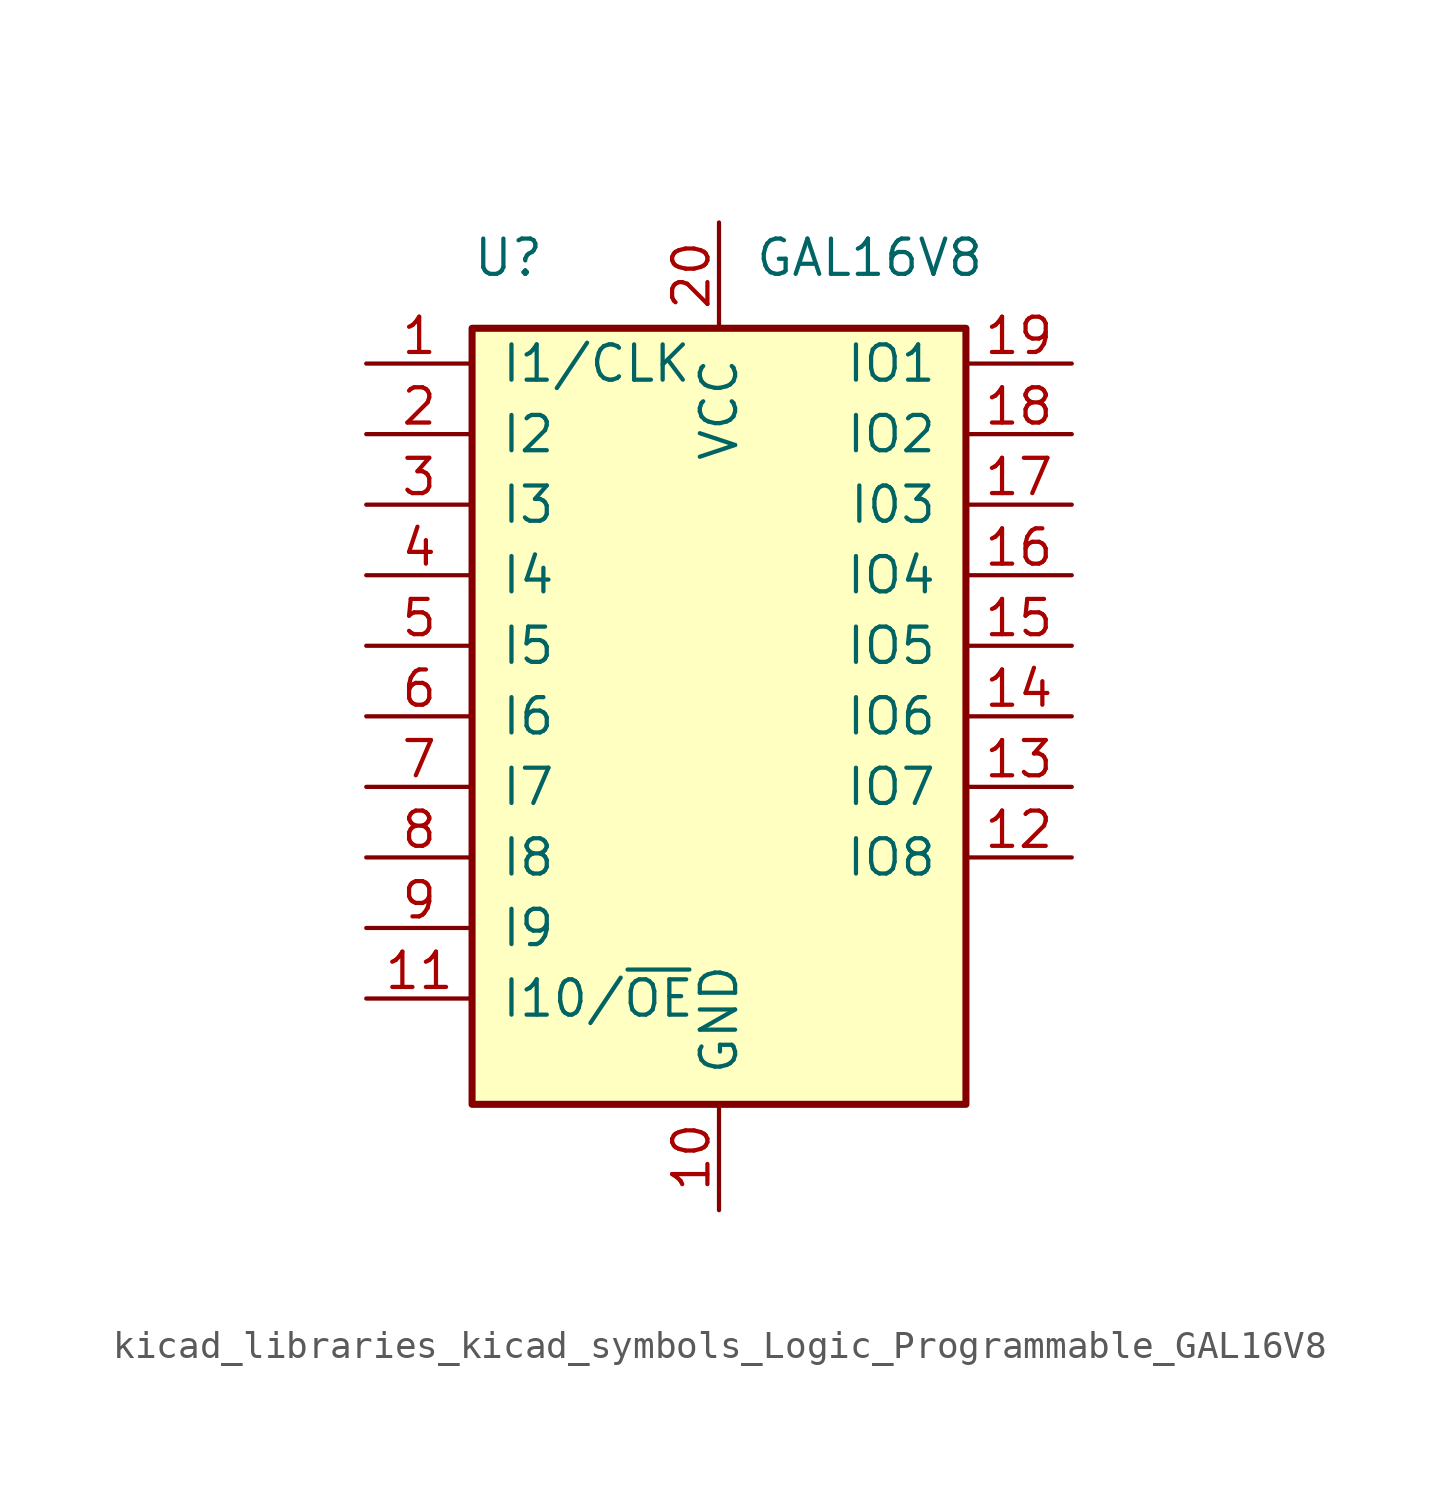
<source format=kicad_sym>
(kicad_symbol_lib
  (version 20220914)
  (generator kicad_symbol_editor)
  (symbol "kicad_libraries_kicad_symbols_Logic_Programmable_GAL16V8"
    (pin_names
      (offset 1.016))
    (property "Reference" "U"
      (at -8.89 16.51 0)
      (effects (font (size 1.27 1.27)) (justify left)))
    (property "Value" "GAL16V8"
      (at 1.27 16.51 0)
      (effects (font (size 1.27 1.27)) (justify left)))
    (symbol "kicad_libraries_kicad_symbols_Logic_Programmable_GAL16V8_0_0"
      (pin power_in line (at 0 -17.78 90) (length 3.81) (name "GND" (effects (font (size 1.27 1.27)))) (number "10" (effects (font (size 1.27 1.27)))))
      (pin power_in line (at 0 17.78 270) (length 3.81) (name "VCC" (effects (font (size 1.27 1.27)))) (number "20" (effects (font (size 1.27 1.27))))))
    (symbol "kicad_libraries_kicad_symbols_Logic_Programmable_GAL16V8_0_1"
      (rectangle (start -8.89 13.97) (end 8.89 -13.97) (stroke (width 0.254) (type default)) (fill (type background))))
    (symbol "kicad_libraries_kicad_symbols_Logic_Programmable_GAL16V8_1_1"
      (pin input line (at -12.7 12.7 0) (length 3.81) (name "I1/CLK" (effects (font (size 1.27 1.27)))) (number "1" (effects (font (size 1.27 1.27)))))
      (pin input line (at -12.7 -10.16 0) (length 3.81) (name "I10/~{OE}" (effects (font (size 1.27 1.27)))) (number "11" (effects (font (size 1.27 1.27)))))
      (pin tri_state line (at 12.7 -5.08 180) (length 3.81) (name "IO8" (effects (font (size 1.27 1.27)))) (number "12" (effects (font (size 1.27 1.27)))))
      (pin tri_state line (at 12.7 -2.54 180) (length 3.81) (name "IO7" (effects (font (size 1.27 1.27)))) (number "13" (effects (font (size 1.27 1.27)))))
      (pin tri_state line (at 12.7 0 180) (length 3.81) (name "IO6" (effects (font (size 1.27 1.27)))) (number "14" (effects (font (size 1.27 1.27)))))
      (pin tri_state line (at 12.7 2.54 180) (length 3.81) (name "IO5" (effects (font (size 1.27 1.27)))) (number "15" (effects (font (size 1.27 1.27)))))
      (pin tri_state line (at 12.7 5.08 180) (length 3.81) (name "IO4" (effects (font (size 1.27 1.27)))) (number "16" (effects (font (size 1.27 1.27)))))
      (pin tri_state line (at 12.7 7.62 180) (length 3.81) (name "I03" (effects (font (size 1.27 1.27)))) (number "17" (effects (font (size 1.27 1.27)))))
      (pin tri_state line (at 12.7 10.16 180) (length 3.81) (name "IO2" (effects (font (size 1.27 1.27)))) (number "18" (effects (font (size 1.27 1.27)))))
      (pin tri_state line (at 12.7 12.7 180) (length 3.81) (name "IO1" (effects (font (size 1.27 1.27)))) (number "19" (effects (font (size 1.27 1.27)))))
      (pin input line (at -12.7 10.16 0) (length 3.81) (name "I2" (effects (font (size 1.27 1.27)))) (number "2" (effects (font (size 1.27 1.27)))))
      (pin input line (at -12.7 7.62 0) (length 3.81) (name "I3" (effects (font (size 1.27 1.27)))) (number "3" (effects (font (size 1.27 1.27)))))
      (pin input line (at -12.7 5.08 0) (length 3.81) (name "I4" (effects (font (size 1.27 1.27)))) (number "4" (effects (font (size 1.27 1.27)))))
      (pin input line (at -12.7 2.54 0) (length 3.81) (name "I5" (effects (font (size 1.27 1.27)))) (number "5" (effects (font (size 1.27 1.27)))))
      (pin input line (at -12.7 0 0) (length 3.81) (name "I6" (effects (font (size 1.27 1.27)))) (number "6" (effects (font (size 1.27 1.27)))))
      (pin input line (at -12.7 -2.54 0) (length 3.81) (name "I7" (effects (font (size 1.27 1.27)))) (number "7" (effects (font (size 1.27 1.27)))))
      (pin input line (at -12.7 -5.08 0) (length 3.81) (name "I8" (effects (font (size 1.27 1.27)))) (number "8" (effects (font (size 1.27 1.27)))))
      (pin input line (at -12.7 -7.62 0) (length 3.81) (name "I9" (effects (font (size 1.27 1.27)))) (number "9" (effects (font (size 1.27 1.27))))))))
</source>
